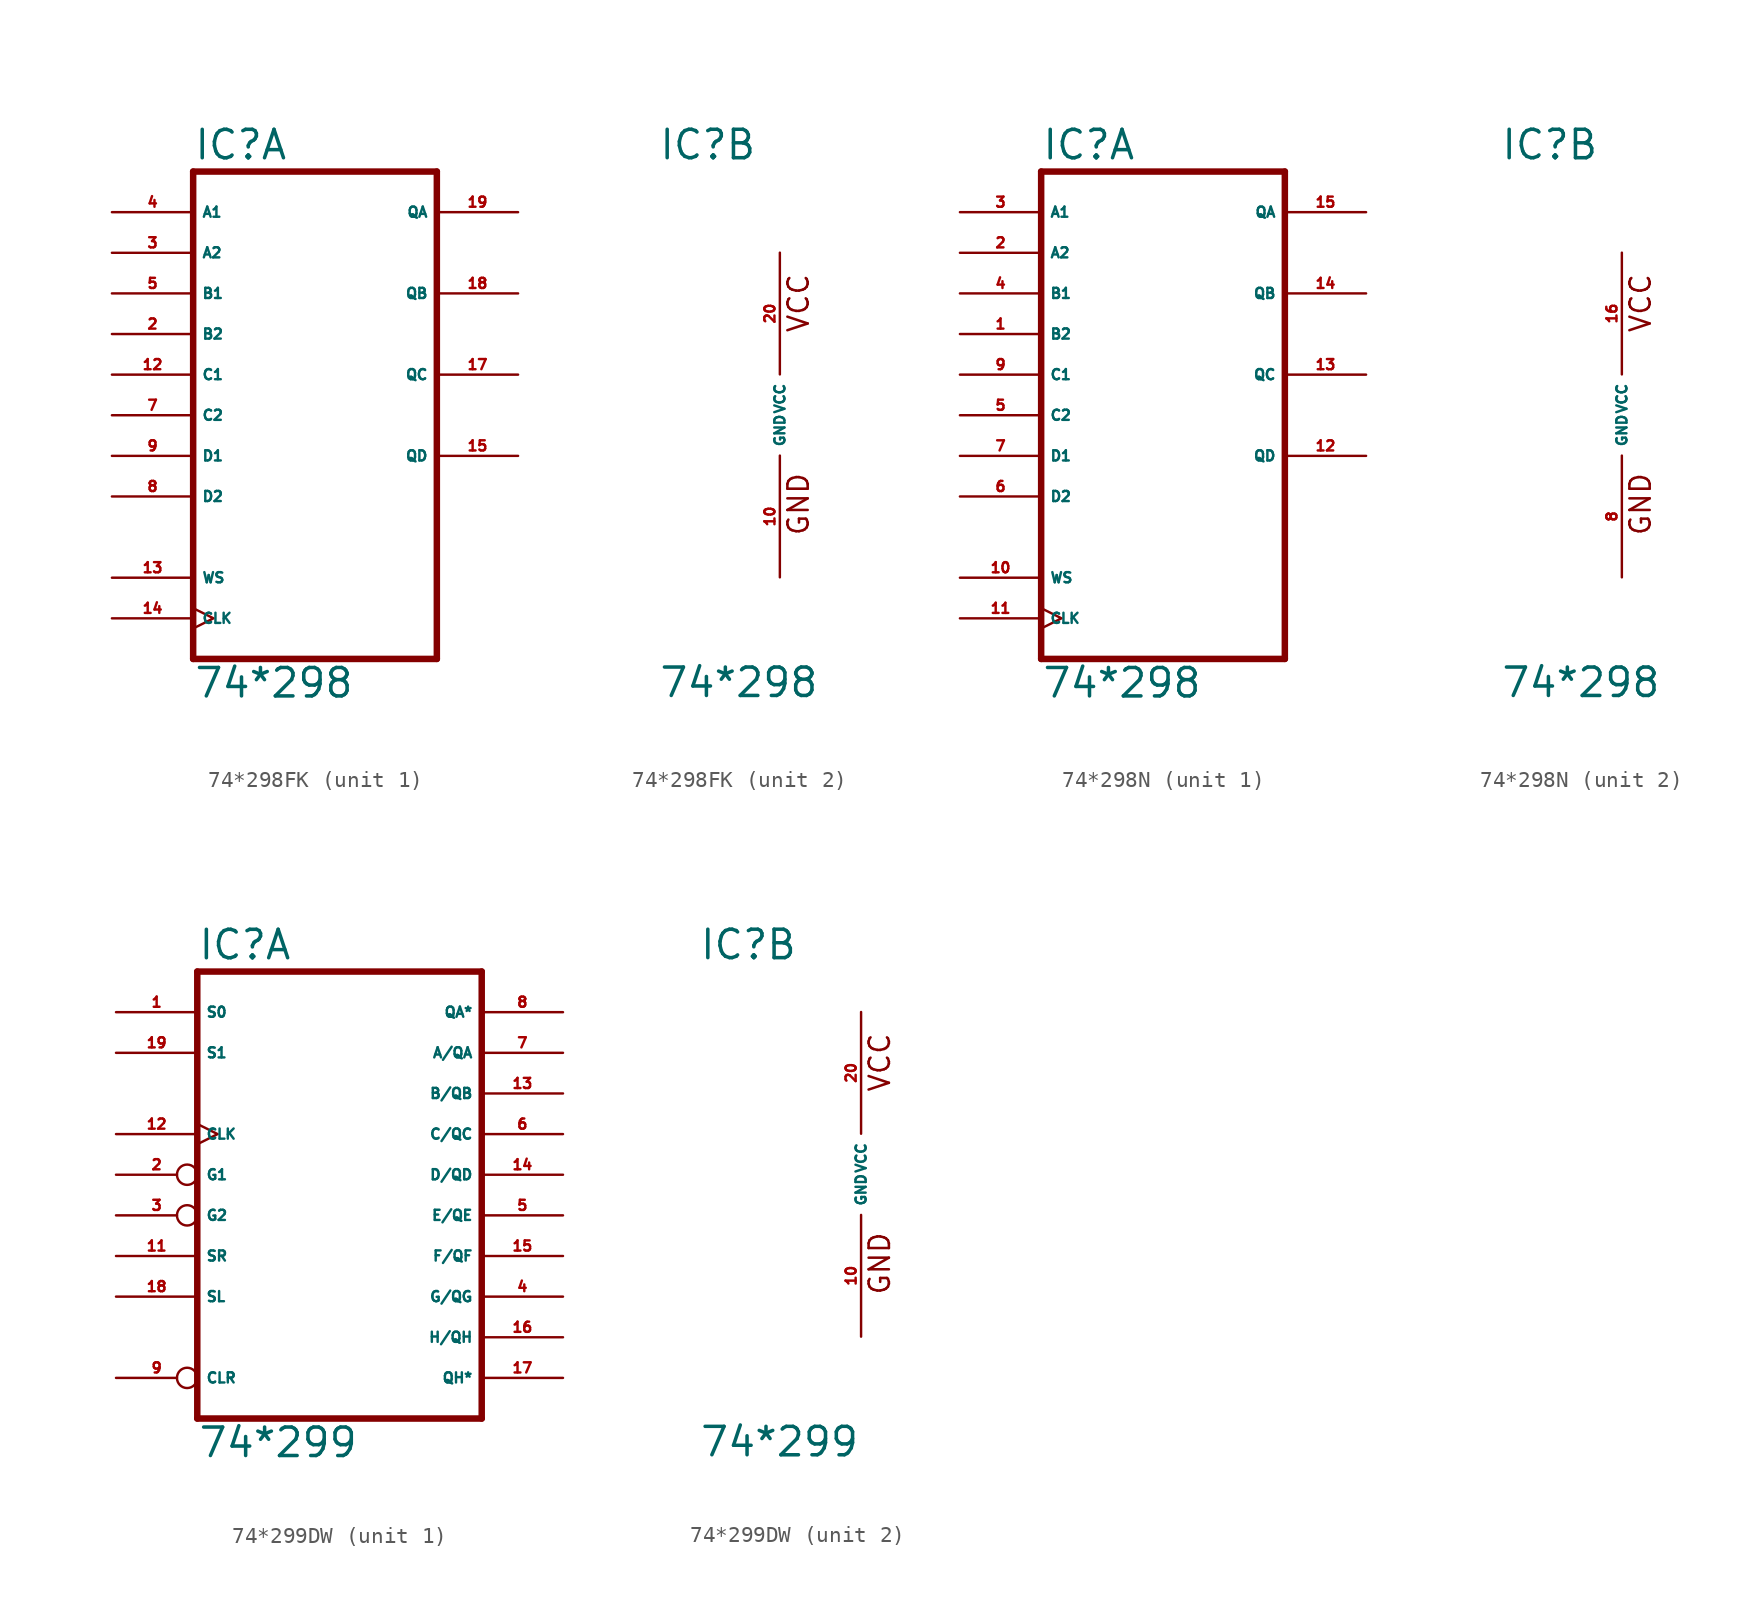
<source format=kicad_sym>
(kicad_symbol_lib
  (version 20220914)
  (generator Eagle2Kicad)
  (symbol "74*298FK"
    (property "Reference" "IC"
      (at -7.62 15.875 0)
      (effects (font (size 1.778 1.778) (thickness 0.22)) (justify left bottom)))
    (property "Value" "74*298"
      (at -7.62 -17.78 0)
      (effects (font (size 1.778 1.778) (thickness 0.22)) (justify left bottom)))
    (symbol "74*298FK_1_0"
      (polyline (pts (xy -7.62 -15.24) (xy 7.62 -15.24)) (stroke (width 0.406) (type default)) (fill (type none)))
      (polyline (pts (xy 7.62 -15.24) (xy 7.62 15.24)) (stroke (width 0.406) (type default)) (fill (type none)))
      (polyline (pts (xy 7.62 15.24) (xy -7.62 15.24)) (stroke (width 0.406) (type default)) (fill (type none)))
      (polyline (pts (xy -7.62 15.24) (xy -7.62 -15.24)) (stroke (width 0.406) (type default)) (fill (type none)))
      (pin input line (at -12.7 5.08 0) (length 5.08) (name "B2" (effects (font (size 0.635 0.635) (thickness 0.08)) (justify left bottom))) (number "2" (effects (font (size 0.635 0.635) (thickness 0.08)) (justify left bottom))))
      (pin input line (at -12.7 10.16 0) (length 5.08) (name "A2" (effects (font (size 0.635 0.635) (thickness 0.08)) (justify left bottom))) (number "3" (effects (font (size 0.635 0.635) (thickness 0.08)) (justify left bottom))))
      (pin input line (at -12.7 12.7 0) (length 5.08) (name "A1" (effects (font (size 0.635 0.635) (thickness 0.08)) (justify left bottom))) (number "4" (effects (font (size 0.635 0.635) (thickness 0.08)) (justify left bottom))))
      (pin input line (at -12.7 7.62 0) (length 5.08) (name "B1" (effects (font (size 0.635 0.635) (thickness 0.08)) (justify left bottom))) (number "5" (effects (font (size 0.635 0.635) (thickness 0.08)) (justify left bottom))))
      (pin input line (at -12.7 0 0) (length 5.08) (name "C2" (effects (font (size 0.635 0.635) (thickness 0.08)) (justify left bottom))) (number "7" (effects (font (size 0.635 0.635) (thickness 0.08)) (justify left bottom))))
      (pin input line (at -12.7 -5.08 0) (length 5.08) (name "D2" (effects (font (size 0.635 0.635) (thickness 0.08)) (justify left bottom))) (number "8" (effects (font (size 0.635 0.635) (thickness 0.08)) (justify left bottom))))
      (pin input line (at -12.7 -2.54 0) (length 5.08) (name "D1" (effects (font (size 0.635 0.635) (thickness 0.08)) (justify left bottom))) (number "9" (effects (font (size 0.635 0.635) (thickness 0.08)) (justify left bottom))))
      (pin input line (at -12.7 2.54 0) (length 5.08) (name "C1" (effects (font (size 0.635 0.635) (thickness 0.08)) (justify left bottom))) (number "12" (effects (font (size 0.635 0.635) (thickness 0.08)) (justify left bottom))))
      (pin input line (at -12.7 -10.16 0) (length 5.08) (name "WS" (effects (font (size 0.635 0.635) (thickness 0.08)) (justify left bottom))) (number "13" (effects (font (size 0.635 0.635) (thickness 0.08)) (justify left bottom))))
      (pin input clock (at -12.7 -12.7 0) (length 5.08) (name "CLK" (effects (font (size 0.635 0.635) (thickness 0.08)) (justify left bottom))) (number "14" (effects (font (size 0.635 0.635) (thickness 0.08)) (justify left bottom))))
      (pin output line (at 12.7 -2.54 180) (length 5.08) (name "QD" (effects (font (size 0.635 0.635) (thickness 0.08)) (justify left bottom))) (number "15" (effects (font (size 0.635 0.635) (thickness 0.08)) (justify left bottom))))
      (pin output line (at 12.7 2.54 180) (length 5.08) (name "QC" (effects (font (size 0.635 0.635) (thickness 0.08)) (justify left bottom))) (number "17" (effects (font (size 0.635 0.635) (thickness 0.08)) (justify left bottom))))
      (pin output line (at 12.7 7.62 180) (length 5.08) (name "QB" (effects (font (size 0.635 0.635) (thickness 0.08)) (justify left bottom))) (number "18" (effects (font (size 0.635 0.635) (thickness 0.08)) (justify left bottom))))
      (pin output line (at 12.7 12.7 180) (length 5.08) (name "QA" (effects (font (size 0.635 0.635) (thickness 0.08)) (justify left bottom))) (number "19" (effects (font (size 0.635 0.635) (thickness 0.08)) (justify left bottom)))))
    (symbol "74*298FK_2_0"
      (text "GND" (at 1.905 -7.62 900) (effects (font (size 1.27 1.27) (thickness 0.16)) (justify left bottom)))
      (text "VCC" (at 1.905 5.08 900) (effects (font (size 1.27 1.27) (thickness 0.16)) (justify left bottom)))
      (pin unspecified line (at 0 -10.16 90) (length 7.62) (name "GND" (effects (font (size 0.635 0.635) (thickness 0.08)) (justify left bottom))) (number "10" (effects (font (size 0.635 0.635) (thickness 0.08)) (justify left bottom))))
      (pin unspecified line (at 0 10.16 270) (length 7.62) (name "VCC" (effects (font (size 0.635 0.635) (thickness 0.08)) (justify left bottom))) (number "20" (effects (font (size 0.635 0.635) (thickness 0.08)) (justify left bottom))))))
  (symbol "74*298N"
    (property "Reference" "IC"
      (at -7.62 15.875 0)
      (effects (font (size 1.778 1.778) (thickness 0.22)) (justify left bottom)))
    (property "Value" "74*298"
      (at -7.62 -17.78 0)
      (effects (font (size 1.778 1.778) (thickness 0.22)) (justify left bottom)))
    (symbol "74*298N_1_0"
      (polyline (pts (xy -7.62 -15.24) (xy 7.62 -15.24)) (stroke (width 0.406) (type default)) (fill (type none)))
      (polyline (pts (xy 7.62 -15.24) (xy 7.62 15.24)) (stroke (width 0.406) (type default)) (fill (type none)))
      (polyline (pts (xy 7.62 15.24) (xy -7.62 15.24)) (stroke (width 0.406) (type default)) (fill (type none)))
      (polyline (pts (xy -7.62 15.24) (xy -7.62 -15.24)) (stroke (width 0.406) (type default)) (fill (type none)))
      (pin input line (at -12.7 5.08 0) (length 5.08) (name "B2" (effects (font (size 0.635 0.635) (thickness 0.08)) (justify left bottom))) (number "1" (effects (font (size 0.635 0.635) (thickness 0.08)) (justify left bottom))))
      (pin input line (at -12.7 10.16 0) (length 5.08) (name "A2" (effects (font (size 0.635 0.635) (thickness 0.08)) (justify left bottom))) (number "2" (effects (font (size 0.635 0.635) (thickness 0.08)) (justify left bottom))))
      (pin input line (at -12.7 12.7 0) (length 5.08) (name "A1" (effects (font (size 0.635 0.635) (thickness 0.08)) (justify left bottom))) (number "3" (effects (font (size 0.635 0.635) (thickness 0.08)) (justify left bottom))))
      (pin input line (at -12.7 7.62 0) (length 5.08) (name "B1" (effects (font (size 0.635 0.635) (thickness 0.08)) (justify left bottom))) (number "4" (effects (font (size 0.635 0.635) (thickness 0.08)) (justify left bottom))))
      (pin input line (at -12.7 0 0) (length 5.08) (name "C2" (effects (font (size 0.635 0.635) (thickness 0.08)) (justify left bottom))) (number "5" (effects (font (size 0.635 0.635) (thickness 0.08)) (justify left bottom))))
      (pin input line (at -12.7 -5.08 0) (length 5.08) (name "D2" (effects (font (size 0.635 0.635) (thickness 0.08)) (justify left bottom))) (number "6" (effects (font (size 0.635 0.635) (thickness 0.08)) (justify left bottom))))
      (pin input line (at -12.7 -2.54 0) (length 5.08) (name "D1" (effects (font (size 0.635 0.635) (thickness 0.08)) (justify left bottom))) (number "7" (effects (font (size 0.635 0.635) (thickness 0.08)) (justify left bottom))))
      (pin input line (at -12.7 2.54 0) (length 5.08) (name "C1" (effects (font (size 0.635 0.635) (thickness 0.08)) (justify left bottom))) (number "9" (effects (font (size 0.635 0.635) (thickness 0.08)) (justify left bottom))))
      (pin input line (at -12.7 -10.16 0) (length 5.08) (name "WS" (effects (font (size 0.635 0.635) (thickness 0.08)) (justify left bottom))) (number "10" (effects (font (size 0.635 0.635) (thickness 0.08)) (justify left bottom))))
      (pin input clock (at -12.7 -12.7 0) (length 5.08) (name "CLK" (effects (font (size 0.635 0.635) (thickness 0.08)) (justify left bottom))) (number "11" (effects (font (size 0.635 0.635) (thickness 0.08)) (justify left bottom))))
      (pin output line (at 12.7 -2.54 180) (length 5.08) (name "QD" (effects (font (size 0.635 0.635) (thickness 0.08)) (justify left bottom))) (number "12" (effects (font (size 0.635 0.635) (thickness 0.08)) (justify left bottom))))
      (pin output line (at 12.7 2.54 180) (length 5.08) (name "QC" (effects (font (size 0.635 0.635) (thickness 0.08)) (justify left bottom))) (number "13" (effects (font (size 0.635 0.635) (thickness 0.08)) (justify left bottom))))
      (pin output line (at 12.7 7.62 180) (length 5.08) (name "QB" (effects (font (size 0.635 0.635) (thickness 0.08)) (justify left bottom))) (number "14" (effects (font (size 0.635 0.635) (thickness 0.08)) (justify left bottom))))
      (pin output line (at 12.7 12.7 180) (length 5.08) (name "QA" (effects (font (size 0.635 0.635) (thickness 0.08)) (justify left bottom))) (number "15" (effects (font (size 0.635 0.635) (thickness 0.08)) (justify left bottom)))))
    (symbol "74*298N_2_0"
      (text "GND" (at 1.905 -7.62 900) (effects (font (size 1.27 1.27) (thickness 0.16)) (justify left bottom)))
      (text "VCC" (at 1.905 5.08 900) (effects (font (size 1.27 1.27) (thickness 0.16)) (justify left bottom)))
      (pin unspecified line (at 0 -10.16 90) (length 7.62) (name "GND" (effects (font (size 0.635 0.635) (thickness 0.08)) (justify left bottom))) (number "8" (effects (font (size 0.635 0.635) (thickness 0.08)) (justify left bottom))))
      (pin unspecified line (at 0 10.16 270) (length 7.62) (name "VCC" (effects (font (size 0.635 0.635) (thickness 0.08)) (justify left bottom))) (number "16" (effects (font (size 0.635 0.635) (thickness 0.08)) (justify left bottom))))))
  (symbol "74*299DW"
    (property "Reference" "IC"
      (at -10.16 13.335 0)
      (effects (font (size 1.778 1.778) (thickness 0.22)) (justify left bottom)))
    (property "Value" "74*299"
      (at -10.16 -17.78 0)
      (effects (font (size 1.778 1.778) (thickness 0.22)) (justify left bottom)))
    (symbol "74*299DW_1_0"
      (polyline (pts (xy -10.16 -15.24) (xy 7.62 -15.24)) (stroke (width 0.406) (type default)) (fill (type none)))
      (polyline (pts (xy 7.62 -15.24) (xy 7.62 12.7)) (stroke (width 0.406) (type default)) (fill (type none)))
      (polyline (pts (xy 7.62 12.7) (xy -10.16 12.7)) (stroke (width 0.406) (type default)) (fill (type none)))
      (polyline (pts (xy -10.16 12.7) (xy -10.16 -15.24)) (stroke (width 0.406) (type default)) (fill (type none)))
      (pin input line (at -15.24 10.16 0) (length 5.08) (name "S0" (effects (font (size 0.635 0.635) (thickness 0.08)) (justify left bottom))) (number "1" (effects (font (size 0.635 0.635) (thickness 0.08)) (justify left bottom))))
      (pin input inverted (at -15.24 0 0) (length 5.08) (name "G1" (effects (font (size 0.635 0.635) (thickness 0.08)) (justify left bottom))) (number "2" (effects (font (size 0.635 0.635) (thickness 0.08)) (justify left bottom))))
      (pin input inverted (at -15.24 -2.54 0) (length 5.08) (name "G2" (effects (font (size 0.635 0.635) (thickness 0.08)) (justify left bottom))) (number "3" (effects (font (size 0.635 0.635) (thickness 0.08)) (justify left bottom))))
      (pin bidirectional line (at 12.7 -7.62 180) (length 5.08) (name "G/QG" (effects (font (size 0.635 0.635) (thickness 0.08)) (justify left bottom))) (number "4" (effects (font (size 0.635 0.635) (thickness 0.08)) (justify left bottom))))
      (pin bidirectional line (at 12.7 -2.54 180) (length 5.08) (name "E/QE" (effects (font (size 0.635 0.635) (thickness 0.08)) (justify left bottom))) (number "5" (effects (font (size 0.635 0.635) (thickness 0.08)) (justify left bottom))))
      (pin bidirectional line (at 12.7 2.54 180) (length 5.08) (name "C/QC" (effects (font (size 0.635 0.635) (thickness 0.08)) (justify left bottom))) (number "6" (effects (font (size 0.635 0.635) (thickness 0.08)) (justify left bottom))))
      (pin bidirectional line (at 12.7 7.62 180) (length 5.08) (name "A/QA" (effects (font (size 0.635 0.635) (thickness 0.08)) (justify left bottom))) (number "7" (effects (font (size 0.635 0.635) (thickness 0.08)) (justify left bottom))))
      (pin output line (at 12.7 10.16 180) (length 5.08) (name "QA*" (effects (font (size 0.635 0.635) (thickness 0.08)) (justify left bottom))) (number "8" (effects (font (size 0.635 0.635) (thickness 0.08)) (justify left bottom))))
      (pin input inverted (at -15.24 -12.7 0) (length 5.08) (name "CLR" (effects (font (size 0.635 0.635) (thickness 0.08)) (justify left bottom))) (number "9" (effects (font (size 0.635 0.635) (thickness 0.08)) (justify left bottom))))
      (pin input line (at -15.24 -5.08 0) (length 5.08) (name "SR" (effects (font (size 0.635 0.635) (thickness 0.08)) (justify left bottom))) (number "11" (effects (font (size 0.635 0.635) (thickness 0.08)) (justify left bottom))))
      (pin input clock (at -15.24 2.54 0) (length 5.08) (name "CLK" (effects (font (size 0.635 0.635) (thickness 0.08)) (justify left bottom))) (number "12" (effects (font (size 0.635 0.635) (thickness 0.08)) (justify left bottom))))
      (pin bidirectional line (at 12.7 5.08 180) (length 5.08) (name "B/QB" (effects (font (size 0.635 0.635) (thickness 0.08)) (justify left bottom))) (number "13" (effects (font (size 0.635 0.635) (thickness 0.08)) (justify left bottom))))
      (pin bidirectional line (at 12.7 0 180) (length 5.08) (name "D/QD" (effects (font (size 0.635 0.635) (thickness 0.08)) (justify left bottom))) (number "14" (effects (font (size 0.635 0.635) (thickness 0.08)) (justify left bottom))))
      (pin bidirectional line (at 12.7 -5.08 180) (length 5.08) (name "F/QF" (effects (font (size 0.635 0.635) (thickness 0.08)) (justify left bottom))) (number "15" (effects (font (size 0.635 0.635) (thickness 0.08)) (justify left bottom))))
      (pin bidirectional line (at 12.7 -10.16 180) (length 5.08) (name "H/QH" (effects (font (size 0.635 0.635) (thickness 0.08)) (justify left bottom))) (number "16" (effects (font (size 0.635 0.635) (thickness 0.08)) (justify left bottom))))
      (pin output line (at 12.7 -12.7 180) (length 5.08) (name "QH*" (effects (font (size 0.635 0.635) (thickness 0.08)) (justify left bottom))) (number "17" (effects (font (size 0.635 0.635) (thickness 0.08)) (justify left bottom))))
      (pin input line (at -15.24 -7.62 0) (length 5.08) (name "SL" (effects (font (size 0.635 0.635) (thickness 0.08)) (justify left bottom))) (number "18" (effects (font (size 0.635 0.635) (thickness 0.08)) (justify left bottom))))
      (pin input line (at -15.24 7.62 0) (length 5.08) (name "S1" (effects (font (size 0.635 0.635) (thickness 0.08)) (justify left bottom))) (number "19" (effects (font (size 0.635 0.635) (thickness 0.08)) (justify left bottom)))))
    (symbol "74*299DW_2_0"
      (text "GND" (at 1.905 -7.62 900) (effects (font (size 1.27 1.27) (thickness 0.16)) (justify left bottom)))
      (text "VCC" (at 1.905 5.08 900) (effects (font (size 1.27 1.27) (thickness 0.16)) (justify left bottom)))
      (pin unspecified line (at 0 -10.16 90) (length 7.62) (name "GND" (effects (font (size 0.635 0.635) (thickness 0.08)) (justify left bottom))) (number "10" (effects (font (size 0.635 0.635) (thickness 0.08)) (justify left bottom))))
      (pin unspecified line (at 0 10.16 270) (length 7.62) (name "VCC" (effects (font (size 0.635 0.635) (thickness 0.08)) (justify left bottom))) (number "20" (effects (font (size 0.635 0.635) (thickness 0.08)) (justify left bottom)))))))
</source>
